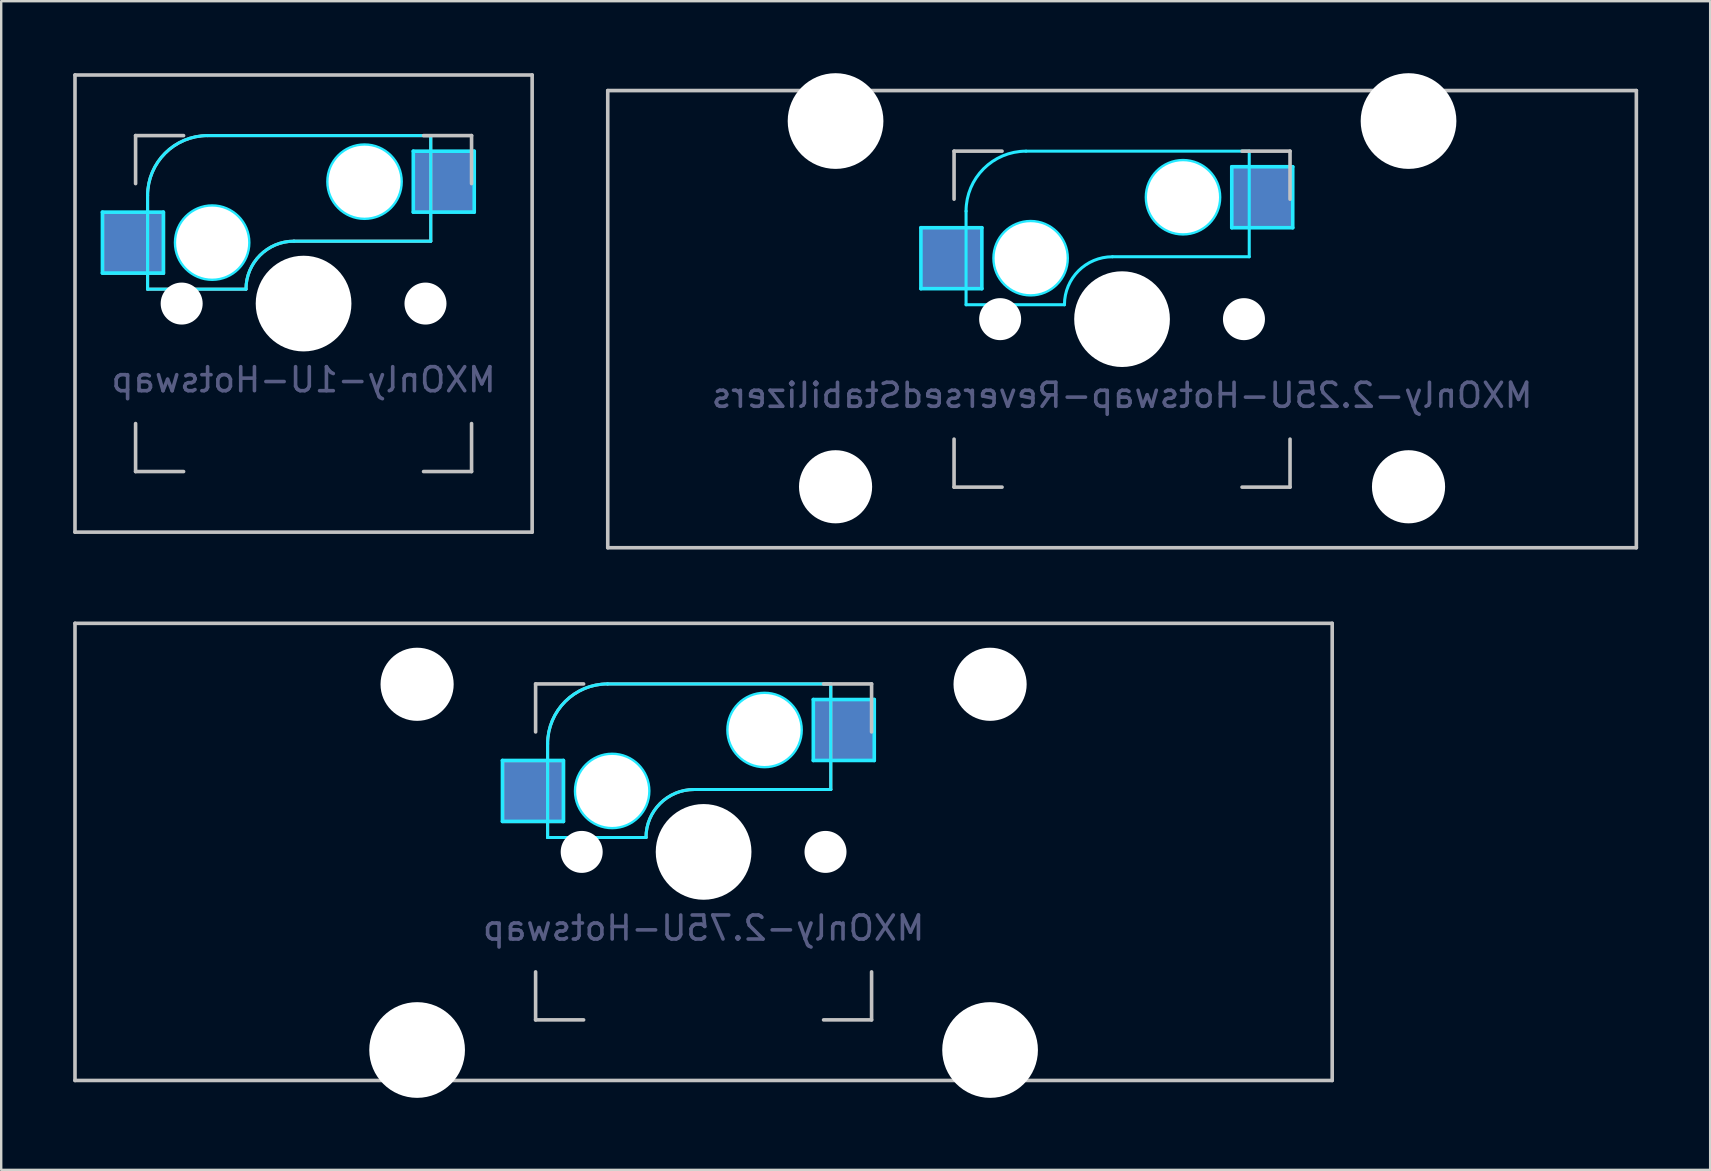
<source format=kicad_pcb>
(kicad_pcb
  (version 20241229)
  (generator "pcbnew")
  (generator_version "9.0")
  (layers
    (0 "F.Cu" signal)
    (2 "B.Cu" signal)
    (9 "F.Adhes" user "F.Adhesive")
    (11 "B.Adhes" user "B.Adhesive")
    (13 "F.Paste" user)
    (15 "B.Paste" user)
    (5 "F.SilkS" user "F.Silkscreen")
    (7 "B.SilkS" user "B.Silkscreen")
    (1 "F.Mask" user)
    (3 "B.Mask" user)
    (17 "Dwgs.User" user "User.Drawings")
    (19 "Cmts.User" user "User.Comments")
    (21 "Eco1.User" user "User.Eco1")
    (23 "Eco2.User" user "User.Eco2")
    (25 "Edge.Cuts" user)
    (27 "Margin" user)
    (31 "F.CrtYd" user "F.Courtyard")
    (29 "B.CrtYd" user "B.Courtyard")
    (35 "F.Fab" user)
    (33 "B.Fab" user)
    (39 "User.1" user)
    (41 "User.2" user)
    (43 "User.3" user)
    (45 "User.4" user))
  (footprint "MXOnly-1U-Hotswap"
    (layer "F.Cu")
    (at 9.6 9.6)
    (property "Reference" "MXOnly-1U-Hotswap" (at 0 3.175 0) (layer "B.Fab") (effects (font (size 1 1) (thickness 0.15)) (justify mirror)))
    (attr smd)
    (fp_line (start -6.5 -4.5) (end -6.5 -0.6) (stroke (width 0.127) (type solid)) (layer "B.SilkS"))
    (fp_line (start -6.5 -0.6) (end -2.4 -0.6) (stroke (width 0.127) (type solid)) (layer "B.SilkS"))
    (fp_line (start -0.4 -2.6) (end 5.3 -2.6) (stroke (width 0.127) (type solid)) (layer "B.SilkS"))
    (fp_line (start 5.3 -7) (end -4 -7) (stroke (width 0.127) (type solid)) (layer "B.SilkS"))
    (fp_line (start 5.3 -7) (end 5.3 -2.6) (stroke (width 0.127) (type solid)) (layer "B.SilkS"))
    (fp_rect (start -8.36 -3.79) (end -5.82 -1.25) (stroke (width 0.1) (type default)) (fill no) (layer "B.SilkS"))
    (fp_rect (start 7.112 -6.35) (end 4.572 -3.81) (stroke (width 0.1) (type default)) (fill no) (layer "B.SilkS"))
    (fp_arc (start -6.500002 -4.499998) (mid -5.76777 -6.267766) (end -4.000002 -6.999998) (stroke (width 0.127) (type solid)) (layer "B.SilkS"))
    (fp_arc (start -2.4 -0.6) (mid -1.814214 -2.014214) (end -0.4 -2.6) (stroke (width 0.127) (type solid)) (layer "B.SilkS"))
    (fp_line (start -9.525 -9.525) (end 9.525 -9.525) (stroke (width 0.15) (type solid)) (layer "Dwgs.User"))
    (fp_line (start -9.525 9.525) (end -9.525 -9.525) (stroke (width 0.15) (type solid)) (layer "Dwgs.User"))
    (fp_line (start -7 -7) (end -7 -5) (stroke (width 0.15) (type solid)) (layer "Dwgs.User"))
    (fp_line (start -7 5) (end -7 7) (stroke (width 0.15) (type solid)) (layer "Dwgs.User"))
    (fp_line (start -7 7) (end -5 7) (stroke (width 0.15) (type solid)) (layer "Dwgs.User"))
    (fp_line (start -5 -7) (end -7 -7) (stroke (width 0.15) (type solid)) (layer "Dwgs.User"))
    (fp_line (start 5 -7) (end 7 -7) (stroke (width 0.15) (type solid)) (layer "Dwgs.User"))
    (fp_line (start 5 7) (end 7 7) (stroke (width 0.15) (type solid)) (layer "Dwgs.User"))
    (fp_line (start 7 -7) (end 7 -5) (stroke (width 0.15) (type solid)) (layer "Dwgs.User"))
    (fp_line (start 7 7) (end 7 5) (stroke (width 0.15) (type solid)) (layer "Dwgs.User"))
    (fp_line (start 9.525 -9.525) (end 9.525 9.525) (stroke (width 0.15) (type solid)) (layer "Dwgs.User"))
    (fp_line (start 9.525 9.525) (end -9.525 9.525) (stroke (width 0.15) (type solid)) (layer "Dwgs.User"))
    (fp_line (start -8.382 -3.81) (end -8.382 -1.27) (stroke (width 0.15) (type solid)) (layer "B.CrtYd"))
    (fp_line (start -8.382 -1.27) (end -5.842 -1.27) (stroke (width 0.15) (type solid)) (layer "B.CrtYd"))
    (fp_line (start -6.5 -4.5) (end -6.5 -0.6) (stroke (width 0.127) (type solid)) (layer "B.CrtYd"))
    (fp_line (start -6.5 -0.6) (end -2.4 -0.6) (stroke (width 0.127) (type solid)) (layer "B.CrtYd"))
    (fp_line (start -5.842 -3.81) (end -8.382 -3.81) (stroke (width 0.15) (type solid)) (layer "B.CrtYd"))
    (fp_line (start -5.842 -1.27) (end -5.842 -3.81) (stroke (width 0.15) (type solid)) (layer "B.CrtYd"))
    (fp_line (start -0.4 -2.6) (end 5.3 -2.6) (stroke (width 0.127) (type solid)) (layer "B.CrtYd"))
    (fp_line (start 4.572 -6.35) (end 7.112 -6.35) (stroke (width 0.15) (type solid)) (layer "B.CrtYd"))
    (fp_line (start 4.572 -3.81) (end 4.572 -6.35) (stroke (width 0.15) (type solid)) (layer "B.CrtYd"))
    (fp_line (start 5.3 -7) (end -4 -7) (stroke (width 0.127) (type solid)) (layer "B.CrtYd"))
    (fp_line (start 5.3 -7) (end 5.3 -2.6) (stroke (width 0.127) (type solid)) (layer "B.CrtYd"))
    (fp_line (start 7.112 -6.35) (end 7.112 -3.81) (stroke (width 0.15) (type solid)) (layer "B.CrtYd"))
    (fp_line (start 7.112 -3.81) (end 4.572 -3.81) (stroke (width 0.15) (type solid)) (layer "B.CrtYd"))
    (fp_arc (start -6.5 -4.5) (mid -5.767767 -6.267767) (end -4 -7) (stroke (width 0.127) (type solid)) (layer "B.CrtYd"))
    (fp_arc (start -2.4 -0.6) (mid -1.814214 -2.014214) (end -0.4 -2.6) (stroke (width 0.127) (type solid)) (layer "B.CrtYd"))
    (fp_circle (center -3.81 -2.54) (end -3.81 -4.064) (stroke (width 0.15) (type solid)) (fill no) (layer "B.CrtYd"))
    (fp_circle (center 2.54 -5.08) (end 2.54 -6.604) (stroke (width 0.15) (type solid)) (fill no) (layer "B.CrtYd"))
    (pad "" np_thru_hole circle (at -5.08 0 48.1) (size 1.75 1.75) (drill 1.75) (layers "*.Cu" "*.Mask"))
    (pad "" np_thru_hole circle (at -3.81 -2.54) (size 3 3) (drill 3) (layers "*.Cu" "*.Mask"))
    (pad "" np_thru_hole circle (at 0 0) (size 3.988 3.988) (drill 3.988) (layers "*.Cu" "*.Mask"))
    (pad "" np_thru_hole circle (at 2.54 -5.08) (size 3 3) (drill 3) (layers "*.Cu" "*.Mask"))
    (pad "" np_thru_hole circle (at 5.08 0 48.1) (size 1.75 1.75) (drill 1.75) (layers "*.Cu" "*.Mask"))
    (pad "1" smd rect (at -7.085 -2.54) (size 2.55 2.5) (layers "B.Cu" "B.Mask" "B.Paste"))
    (pad "2" smd rect (at 5.842 -5.08) (size 2.55 2.5) (layers "B.Cu" "B.Mask" "B.Paste")))
  (footprint "MXOnly-2.75U-Hotswap"
    (layer "F.Cu")
    (at 26.269 32.449)
    (property "Reference" "MXOnly-2.75U-Hotswap" (at 0 3.175 0) (layer "B.Fab") (effects (font (size 1 1) (thickness 0.15)) (justify mirror)))
    (attr smd)
    (fp_line (start -6.5 -4.5) (end -6.5 -0.6) (stroke (width 0.127) (type solid)) (layer "B.SilkS"))
    (fp_line (start -6.5 -0.6) (end -2.4 -0.6) (stroke (width 0.127) (type solid)) (layer "B.SilkS"))
    (fp_line (start -0.4 -2.6) (end 5.3 -2.6) (stroke (width 0.127) (type solid)) (layer "B.SilkS"))
    (fp_line (start 5.3 -7) (end -4 -7) (stroke (width 0.127) (type solid)) (layer "B.SilkS"))
    (fp_line (start 5.3 -7) (end 5.3 -2.6) (stroke (width 0.127) (type solid)) (layer "B.SilkS"))
    (fp_rect (start -8.36 -3.79) (end -5.82 -1.25) (stroke (width 0.1) (type default)) (fill no) (layer "B.SilkS"))
    (fp_rect (start 7.112 -6.35) (end 4.572 -3.81) (stroke (width 0.1) (type default)) (fill no) (layer "B.SilkS"))
    (fp_arc (start -6.500002 -4.499998) (mid -5.76777 -6.267766) (end -4.000002 -6.999998) (stroke (width 0.127) (type solid)) (layer "B.SilkS"))
    (fp_arc (start -2.4 -0.6) (mid -1.814214 -2.014214) (end -0.4 -2.6) (stroke (width 0.127) (type solid)) (layer "B.SilkS"))
    (fp_line (start -26.194 -9.525) (end 26.194 -9.525) (stroke (width 0.15) (type solid)) (layer "Dwgs.User"))
    (fp_line (start -26.194 9.525) (end -26.194 -9.525) (stroke (width 0.15) (type solid)) (layer "Dwgs.User"))
    (fp_line (start -7 -7) (end -7 -5) (stroke (width 0.15) (type solid)) (layer "Dwgs.User"))
    (fp_line (start -7 5) (end -7 7) (stroke (width 0.15) (type solid)) (layer "Dwgs.User"))
    (fp_line (start -7 7) (end -5 7) (stroke (width 0.15) (type solid)) (layer "Dwgs.User"))
    (fp_line (start -5 -7) (end -7 -7) (stroke (width 0.15) (type solid)) (layer "Dwgs.User"))
    (fp_line (start 5 -7) (end 7 -7) (stroke (width 0.15) (type solid)) (layer "Dwgs.User"))
    (fp_line (start 5 7) (end 7 7) (stroke (width 0.15) (type solid)) (layer "Dwgs.User"))
    (fp_line (start 7 -7) (end 7 -5) (stroke (width 0.15) (type solid)) (layer "Dwgs.User"))
    (fp_line (start 7 7) (end 7 5) (stroke (width 0.15) (type solid)) (layer "Dwgs.User"))
    (fp_line (start 26.194 -9.525) (end 26.194 9.525) (stroke (width 0.15) (type solid)) (layer "Dwgs.User"))
    (fp_line (start 26.194 9.525) (end -26.194 9.525) (stroke (width 0.15) (type solid)) (layer "Dwgs.User"))
    (fp_line (start -8.382 -3.81) (end -5.842 -3.81) (stroke (width 0.15) (type solid)) (layer "B.CrtYd"))
    (fp_line (start -8.382 -1.27) (end -8.382 -3.81) (stroke (width 0.15) (type solid)) (layer "B.CrtYd"))
    (fp_line (start -6.5 -4.5) (end -6.5 -0.6) (stroke (width 0.127) (type solid)) (layer "B.CrtYd"))
    (fp_line (start -6.5 -0.6) (end -2.4 -0.6) (stroke (width 0.127) (type solid)) (layer "B.CrtYd"))
    (fp_line (start -5.842 -3.81) (end -5.842 -1.27) (stroke (width 0.15) (type solid)) (layer "B.CrtYd"))
    (fp_line (start -5.842 -1.27) (end -8.382 -1.27) (stroke (width 0.15) (type solid)) (layer "B.CrtYd"))
    (fp_line (start -0.4 -2.6) (end 5.3 -2.6) (stroke (width 0.127) (type solid)) (layer "B.CrtYd"))
    (fp_line (start 4.572 -6.35) (end 7.112 -6.35) (stroke (width 0.15) (type solid)) (layer "B.CrtYd"))
    (fp_line (start 4.572 -3.81) (end 4.572 -6.35) (stroke (width 0.15) (type solid)) (layer "B.CrtYd"))
    (fp_line (start 5.3 -7) (end -4 -7) (stroke (width 0.127) (type solid)) (layer "B.CrtYd"))
    (fp_line (start 5.3 -7) (end 5.3 -2.6) (stroke (width 0.127) (type solid)) (layer "B.CrtYd"))
    (fp_line (start 7.112 -6.35) (end 7.112 -3.81) (stroke (width 0.15) (type solid)) (layer "B.CrtYd"))
    (fp_line (start 7.112 -3.81) (end 4.572 -3.81) (stroke (width 0.15) (type solid)) (layer "B.CrtYd"))
    (fp_arc (start -6.5 -4.5) (mid -5.767767 -6.267767) (end -4 -7) (stroke (width 0.127) (type solid)) (layer "B.CrtYd"))
    (fp_arc (start -2.4 -0.6) (mid -1.814214 -2.014214) (end -0.4 -2.6) (stroke (width 0.127) (type solid)) (layer "B.CrtYd"))
    (fp_circle (center -3.81 -2.54) (end -3.81 -4.064) (stroke (width 0.15) (type solid)) (fill no) (layer "B.CrtYd"))
    (fp_circle (center 2.54 -5.08) (end 2.54 -6.604) (stroke (width 0.15) (type solid)) (fill no) (layer "B.CrtYd"))
    (pad "" np_thru_hole circle (at -11.938 -6.985) (size 3.048 3.048) (drill 3.048) (layers "*.Cu" "*.Mask"))
    (pad "" np_thru_hole circle (at -11.938 8.255) (size 3.988 3.988) (drill 3.988) (layers "*.Cu" "*.Mask"))
    (pad "" np_thru_hole circle (at -5.08 0 48.1) (size 1.75 1.75) (drill 1.75) (layers "*.Cu" "*.Mask"))
    (pad "" np_thru_hole circle (at -3.81 -2.54) (size 3 3) (drill 3) (layers "*.Cu" "*.Mask"))
    (pad "" np_thru_hole circle (at 0 0) (size 3.988 3.988) (drill 3.988) (layers "*.Cu" "*.Mask"))
    (pad "" np_thru_hole circle (at 2.54 -5.08) (size 3 3) (drill 3) (layers "*.Cu" "*.Mask"))
    (pad "" np_thru_hole circle (at 5.08 0 48.1) (size 1.75 1.75) (drill 1.75) (layers "*.Cu" "*.Mask"))
    (pad "" np_thru_hole circle (at 11.938 -6.985) (size 3.048 3.048) (drill 3.048) (layers "*.Cu" "*.Mask"))
    (pad "" np_thru_hole circle (at 11.938 8.255) (size 3.988 3.988) (drill 3.988) (layers "*.Cu" "*.Mask"))
    (pad "1" smd rect (at -7.085 -2.54) (size 2.55 2.5) (layers "B.Cu" "B.Mask" "B.Paste"))
    (pad "2" smd rect (at 5.842 -5.08) (size 2.55 2.5) (layers "B.Cu" "B.Mask" "B.Paste")))
  (footprint "MXOnly-2.25U-Hotswap-ReversedStabilizers"
    (layer "F.Cu")
    (at 43.706 10.249)
    (property "Reference" "MXOnly-2.25U-Hotswap-ReversedStabilizers" (at 0 3.175 0) (layer "B.Fab") (effects (font (size 1 1) (thickness 0.15)) (justify mirror)))
    (attr smd)
    (fp_line (start -21.431 -9.525) (end 21.431 -9.525) (stroke (width 0.15) (type solid)) (layer "Dwgs.User"))
    (fp_line (start -21.431 9.525) (end -21.431 -9.525) (stroke (width 0.15) (type solid)) (layer "Dwgs.User"))
    (fp_line (start -7 -7) (end -7 -5) (stroke (width 0.15) (type solid)) (layer "Dwgs.User"))
    (fp_line (start -7 5) (end -7 7) (stroke (width 0.15) (type solid)) (layer "Dwgs.User"))
    (fp_line (start -7 7) (end -5 7) (stroke (width 0.15) (type solid)) (layer "Dwgs.User"))
    (fp_line (start -5 -7) (end -7 -7) (stroke (width 0.15) (type solid)) (layer "Dwgs.User"))
    (fp_line (start 5 -7) (end 7 -7) (stroke (width 0.15) (type solid)) (layer "Dwgs.User"))
    (fp_line (start 5 7) (end 7 7) (stroke (width 0.15) (type solid)) (layer "Dwgs.User"))
    (fp_line (start 7 -7) (end 7 -5) (stroke (width 0.15) (type solid)) (layer "Dwgs.User"))
    (fp_line (start 7 7) (end 7 5) (stroke (width 0.15) (type solid)) (layer "Dwgs.User"))
    (fp_line (start 21.431 -9.525) (end 21.431 9.525) (stroke (width 0.15) (type solid)) (layer "Dwgs.User"))
    (fp_line (start 21.431 9.525) (end -21.431 9.525) (stroke (width 0.15) (type solid)) (layer "Dwgs.User"))
    (fp_line (start -8.382 -3.81) (end -5.842 -3.81) (stroke (width 0.15) (type solid)) (layer "B.CrtYd"))
    (fp_line (start -8.382 -1.27) (end -8.382 -3.81) (stroke (width 0.15) (type solid)) (layer "B.CrtYd"))
    (fp_line (start -6.5 -4.5) (end -6.5 -0.6) (stroke (width 0.127) (type solid)) (layer "B.CrtYd"))
    (fp_line (start -6.5 -0.6) (end -2.4 -0.6) (stroke (width 0.127) (type solid)) (layer "B.CrtYd"))
    (fp_line (start -5.842 -3.81) (end -5.842 -1.27) (stroke (width 0.15) (type solid)) (layer "B.CrtYd"))
    (fp_line (start -5.842 -1.27) (end -8.382 -1.27) (stroke (width 0.15) (type solid)) (layer "B.CrtYd"))
    (fp_line (start -0.4 -2.6) (end 5.3 -2.6) (stroke (width 0.127) (type solid)) (layer "B.CrtYd"))
    (fp_line (start 4.572 -6.35) (end 7.112 -6.35) (stroke (width 0.15) (type solid)) (layer "B.CrtYd"))
    (fp_line (start 4.572 -3.81) (end 4.572 -6.35) (stroke (width 0.15) (type solid)) (layer "B.CrtYd"))
    (fp_line (start 5.3 -7) (end -4 -7) (stroke (width 0.127) (type solid)) (layer "B.CrtYd"))
    (fp_line (start 5.3 -7) (end 5.3 -2.6) (stroke (width 0.127) (type solid)) (layer "B.CrtYd"))
    (fp_line (start 7.112 -6.35) (end 7.112 -3.81) (stroke (width 0.15) (type solid)) (layer "B.CrtYd"))
    (fp_line (start 7.112 -3.81) (end 4.572 -3.81) (stroke (width 0.15) (type solid)) (layer "B.CrtYd"))
    (fp_arc (start -6.5 -4.5) (mid -5.767767 -6.267767) (end -4 -7) (stroke (width 0.127) (type solid)) (layer "B.CrtYd"))
    (fp_arc (start -2.4 -0.6) (mid -1.814214 -2.014214) (end -0.4 -2.6) (stroke (width 0.127) (type solid)) (layer "B.CrtYd"))
    (fp_circle (center -3.81 -2.54) (end -3.81 -4.064) (stroke (width 0.15) (type solid)) (fill no) (layer "B.CrtYd"))
    (fp_circle (center 2.54 -5.08) (end 2.54 -6.604) (stroke (width 0.15) (type solid)) (fill no) (layer "B.CrtYd"))
    (pad "" np_thru_hole circle (at -11.938 -8.255) (size 3.988 3.988) (drill 3.988) (layers "*.Cu" "*.Mask"))
    (pad "" np_thru_hole circle (at -11.938 6.985) (size 3.048 3.048) (drill 3.048) (layers "*.Cu" "*.Mask"))
    (pad "" np_thru_hole circle (at -5.08 0 48.1) (size 1.75 1.75) (drill 1.75) (layers "*.Cu" "*.Mask"))
    (pad "" np_thru_hole circle (at -3.81 -2.54) (size 3 3) (drill 3) (layers "*.Cu" "*.Mask"))
    (pad "" np_thru_hole circle (at 0 0) (size 3.988 3.988) (drill 3.988) (layers "*.Cu" "*.Mask"))
    (pad "" np_thru_hole circle (at 2.54 -5.08) (size 3 3) (drill 3) (layers "*.Cu" "*.Mask"))
    (pad "" np_thru_hole circle (at 5.08 0 48.1) (size 1.75 1.75) (drill 1.75) (layers "*.Cu" "*.Mask"))
    (pad "" np_thru_hole circle (at 11.938 -8.255) (size 3.988 3.988) (drill 3.988) (layers "*.Cu" "*.Mask"))
    (pad "" np_thru_hole circle (at 11.938 6.985) (size 3.048 3.048) (drill 3.048) (layers "*.Cu" "*.Mask"))
    (pad "1" smd rect (at -7.085 -2.54) (size 2.55 2.5) (layers "B.Cu" "B.Mask" "B.Paste"))
    (pad "2" smd rect (at 5.842 -5.08) (size 2.55 2.5) (layers "B.Cu" "B.Mask" "B.Paste")))
  (gr_rect
    (start -3 -3)
    (end 68.213 45.698)
    (stroke (width 0.1) (type default))
    (fill no)
    (layer "Edge.Cuts")))
</source>
